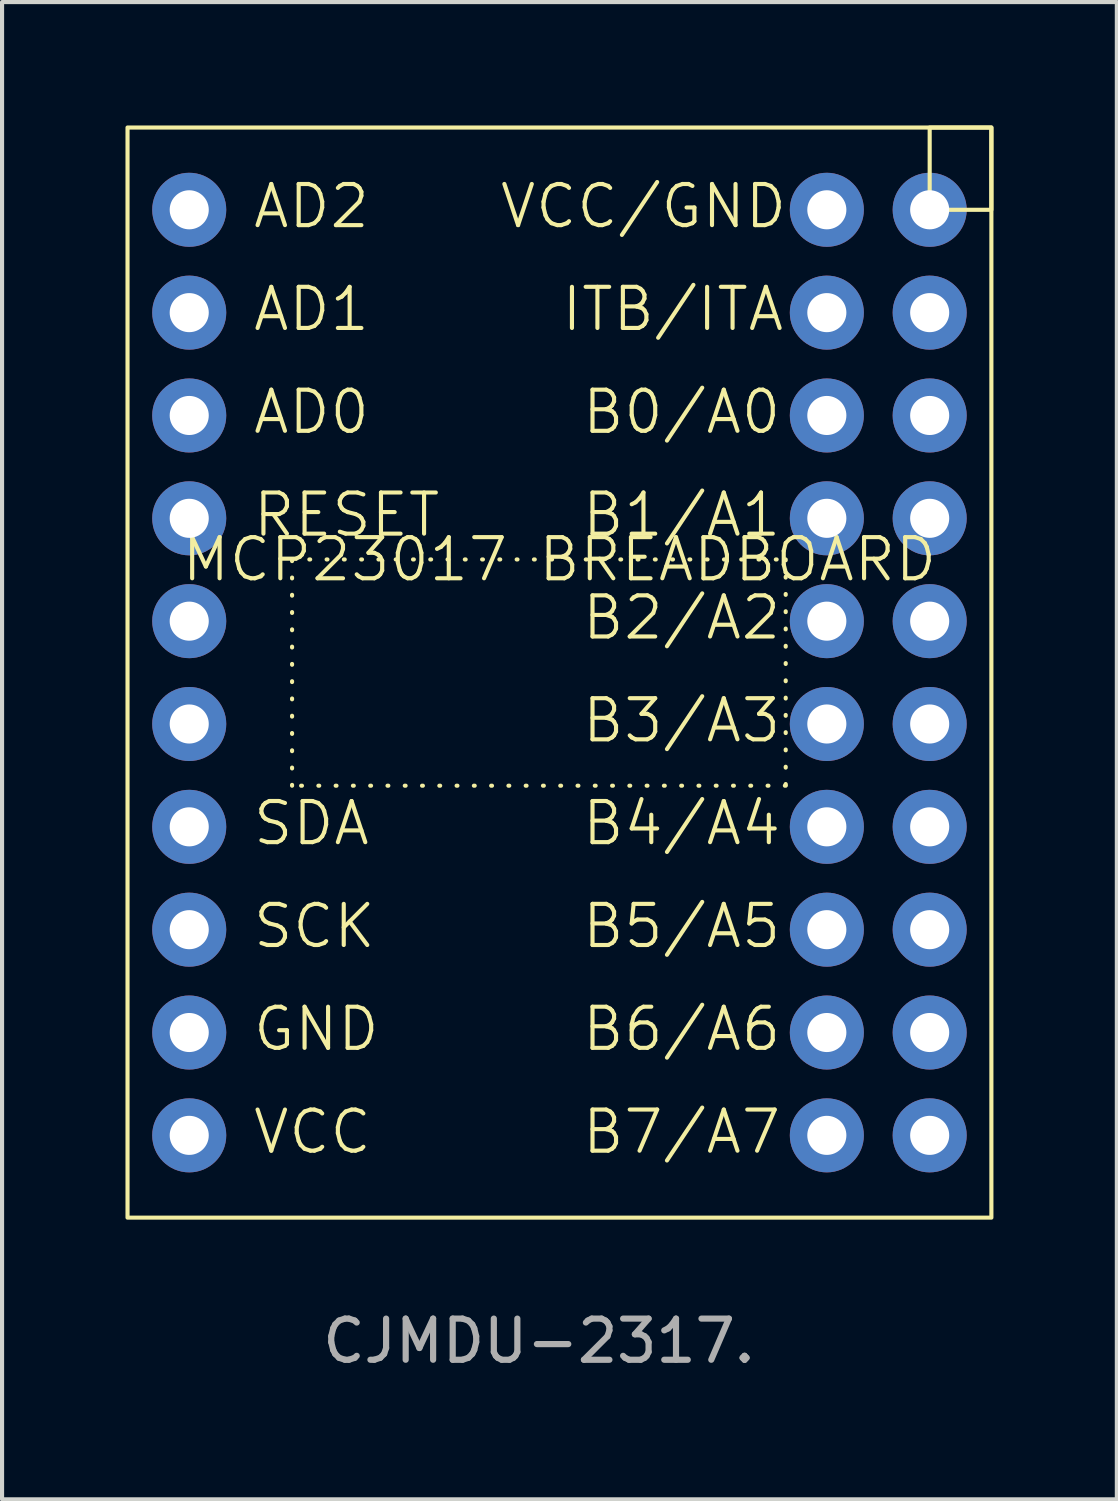
<source format=kicad_pcb>
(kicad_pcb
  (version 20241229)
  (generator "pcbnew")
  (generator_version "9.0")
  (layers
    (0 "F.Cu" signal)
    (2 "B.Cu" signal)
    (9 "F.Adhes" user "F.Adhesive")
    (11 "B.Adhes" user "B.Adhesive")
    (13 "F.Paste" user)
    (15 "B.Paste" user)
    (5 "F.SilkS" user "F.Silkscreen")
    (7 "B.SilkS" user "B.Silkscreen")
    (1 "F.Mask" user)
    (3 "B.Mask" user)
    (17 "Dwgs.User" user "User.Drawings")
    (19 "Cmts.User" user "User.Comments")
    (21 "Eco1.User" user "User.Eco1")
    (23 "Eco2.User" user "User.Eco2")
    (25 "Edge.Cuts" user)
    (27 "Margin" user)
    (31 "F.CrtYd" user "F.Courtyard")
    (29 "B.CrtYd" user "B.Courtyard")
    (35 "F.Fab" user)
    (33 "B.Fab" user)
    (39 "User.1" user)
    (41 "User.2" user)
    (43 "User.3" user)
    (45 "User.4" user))
  (footprint "MCP23017 BREADBOARD"
    (layer "F.Cu")
    (at 10.55 11.05)
    (property "Reference" "MCP23017 BREADBOARD" (at 0 -0.5 0) (unlocked yes) (layer "F.SilkS") (effects (font (size 1 1) (thickness 0.1))))
    (attr through_hole)
    (fp_rect (start -10.5 -11) (end 10.5 15.5) (stroke (width 0.1) (type solid)) (fill no) (layer "F.SilkS"))
    (fp_rect (start -6.5 -0.5) (end 5.5 5) (stroke (width 0.1) (type dot)) (fill no) (layer "F.SilkS"))
    (fp_rect (start 9 -11) (end 10.5 -9) (stroke (width 0.1) (type solid)) (fill no) (layer "F.SilkS"))
    (fp_text user "SCK" (at -7.5 9 0) (unlocked yes) (layer "F.SilkS") (effects (font (size 1 1) (thickness 0.1)) (justify left bottom)))
    (fp_text user "GND" (at -7.5 11.5 0) (unlocked yes) (layer "F.SilkS") (effects (font (size 1 1) (thickness 0.1)) (justify left bottom)))
    (fp_text user "AD2" (at -7.5 -8.5 0) (unlocked yes) (layer "F.SilkS") (effects (font (size 1 1) (thickness 0.1)) (justify left bottom)))
    (fp_text user "B7/A7" (at 0.5 14 0) (unlocked yes) (layer "F.SilkS") (effects (font (size 1 1) (thickness 0.1)) (justify left bottom)))
    (fp_text user "B2/A2" (at 0.5 1.5 0) (unlocked yes) (layer "F.SilkS") (effects (font (size 1 1) (thickness 0.1)) (justify left bottom)))
    (fp_text user "RESET" (at -7.5 -1 0) (unlocked yes) (layer "F.SilkS") (effects (font (size 1 1) (thickness 0.1)) (justify left bottom)))
    (fp_text user "AD1" (at -7.5 -6 0) (unlocked yes) (layer "F.SilkS") (effects (font (size 1 1) (thickness 0.1)) (justify left bottom)))
    (fp_text user "VCC/GND" (at -1.5 -8.5 0) (unlocked yes) (layer "F.SilkS") (effects (font (size 1 1) (thickness 0.1)) (justify left bottom)))
    (fp_text user "B1/A1" (at 0.5 -1 0) (unlocked yes) (layer "F.SilkS") (effects (font (size 1 1) (thickness 0.1)) (justify left bottom)))
    (fp_text user "SDA" (at -7.5 6.5 0) (unlocked yes) (layer "F.SilkS") (effects (font (size 1 1) (thickness 0.1)) (justify left bottom)))
    (fp_text user "B5/A5" (at 0.5 9 0) (unlocked yes) (layer "F.SilkS") (effects (font (size 1 1) (thickness 0.1)) (justify left bottom)))
    (fp_text user "B3/A3" (at 0.5 4 0) (unlocked yes) (layer "F.SilkS") (effects (font (size 1 1) (thickness 0.1)) (justify left bottom)))
    (fp_text user "B6/A6" (at 0.5 11.5 0) (unlocked yes) (layer "F.SilkS") (effects (font (size 1 1) (thickness 0.1)) (justify left bottom)))
    (fp_text user "B0/A0" (at 0.5 -3.5 0) (unlocked yes) (layer "F.SilkS") (effects (font (size 1 1) (thickness 0.1)) (justify left bottom)))
    (fp_text user "B4/A4" (at 0.5 6.5 0) (unlocked yes) (layer "F.SilkS") (effects (font (size 1 1) (thickness 0.1)) (justify left bottom)))
    (fp_text user "AD0" (at -7.5 -3.5 0) (unlocked yes) (layer "F.SilkS") (effects (font (size 1 1) (thickness 0.1)) (justify left bottom)))
    (fp_text user "VCC" (at -7.5 14 0) (unlocked yes) (layer "F.SilkS") (effects (font (size 1 1) (thickness 0.1)) (justify left bottom)))
    (fp_text user "ITB/ITA" (at 0 -6 0) (unlocked yes) (layer "F.SilkS") (effects (font (size 1 1) (thickness 0.1)) (justify left bottom)))
    (fp_text user "CJMDU-2317." (at -0.5 18.5 0) (unlocked yes) (layer "F.Fab") (effects (font (size 1 1) (thickness 0.15))))
    (pad "1" thru_hole circle (at 6.5 -4) (size 1.8 1.8) (drill 0.95) (property pad_prop_castellated) (layers "*.Cu" "*.Mask"))
    (pad "2" thru_hole circle (at 6.5 -1.5) (size 1.8 1.8) (drill 0.95) (property pad_prop_castellated) (layers "*.Cu" "*.Mask"))
    (pad "3" thru_hole circle (at 6.5 1) (size 1.8 1.8) (drill 0.95) (property pad_prop_castellated) (layers "*.Cu" "*.Mask"))
    (pad "4" thru_hole circle (at 6.5 3.5) (size 1.8 1.8) (drill 0.95) (property pad_prop_castellated) (layers "*.Cu" "*.Mask"))
    (pad "5" thru_hole circle (at 6.5 6) (size 1.8 1.8) (drill 0.95) (property pad_prop_castellated) (layers "*.Cu" "*.Mask"))
    (pad "6" thru_hole circle (at 6.5 8.5) (size 1.8 1.8) (drill 0.95) (property pad_prop_castellated) (layers "*.Cu" "*.Mask"))
    (pad "7" thru_hole circle (at 6.5 11) (size 1.8 1.8) (drill 0.95) (property pad_prop_castellated) (layers "*.Cu" "*.Mask"))
    (pad "8" thru_hole circle (at 6.5 13.5) (size 1.8 1.8) (drill 0.95) (property pad_prop_castellated) (layers "*.Cu" "*.Mask"))
    (pad "9" thru_hole circle (at -9 13.5) (size 1.8 1.8) (drill 0.95) (property pad_prop_castellated) (layers "*.Cu" "*.Mask"))
    (pad "9" thru_hole circle (at 6.5 -9) (size 1.8 1.8) (drill 0.95) (property pad_prop_castellated) (layers "*.Cu" "*.Mask"))
    (pad "10" thru_hole circle (at -9 11) (size 1.8 1.8) (drill 0.95) (property pad_prop_castellated) (layers "*.Cu" "*.Mask"))
    (pad "10" thru_hole circle (at 9 -9) (size 1.8 1.8) (drill 0.95) (property pad_prop_castellated) (layers "*.Cu" "*.Mask"))
    (pad "12" thru_hole circle (at -9 8.5) (size 1.8 1.8) (drill 0.95) (property pad_prop_castellated) (layers "*.Cu" "*.Mask"))
    (pad "13" thru_hole circle (at -9 6) (size 1.8 1.8) (drill 0.95) (property pad_prop_castellated) (layers "*.Cu" "*.Mask"))
    (pad "15" thru_hole circle (at -9 -4) (size 1.8 1.8) (drill 0.95) (property pad_prop_castellated) (layers "*.Cu" "*.Mask"))
    (pad "16" thru_hole circle (at -9 -6.5) (size 1.8 1.8) (drill 0.95) (property pad_prop_castellated) (layers "*.Cu" "*.Mask"))
    (pad "17" thru_hole circle (at -9 -9) (size 1.8 1.8) (drill 0.95) (property pad_prop_castellated) (layers "*.Cu" "*.Mask"))
    (pad "18" thru_hole circle (at -9 -1.5) (size 1.8 1.8) (drill 0.95) (property pad_prop_castellated) (layers "*.Cu" "*.Mask"))
    (pad "19" thru_hole circle (at 6.5 -6.5) (size 1.8 1.8) (drill 0.95) (property pad_prop_castellated) (layers "*.Cu" "*.Mask"))
    (pad "20" thru_hole circle (at 9 -6.5) (size 1.8 1.8) (drill 0.95) (property pad_prop_castellated) (layers "*.Cu" "*.Mask"))
    (pad "21" thru_hole circle (at 9 -4) (size 1.8 1.8) (drill 0.95) (property pad_prop_castellated) (layers "*.Cu" "*.Mask"))
    (pad "22" thru_hole circle (at 9 -1.5) (size 1.8 1.8) (drill 0.95) (property pad_prop_castellated) (layers "*.Cu" "*.Mask"))
    (pad "23" thru_hole circle (at 9 1) (size 1.8 1.8) (drill 0.95) (property pad_prop_castellated) (layers "*.Cu" "*.Mask"))
    (pad "24" thru_hole circle (at 9 3.5) (size 1.8 1.8) (drill 0.95) (property pad_prop_castellated) (layers "*.Cu" "*.Mask"))
    (pad "25" thru_hole circle (at 9 6) (size 1.8 1.8) (drill 0.95) (property pad_prop_castellated) (layers "*.Cu" "*.Mask"))
    (pad "26" thru_hole circle (at 9 8.5) (size 1.8 1.8) (drill 0.95) (property pad_prop_castellated) (layers "*.Cu" "*.Mask"))
    (pad "27" thru_hole circle (at 9 11) (size 1.8 1.8) (drill 0.95) (property pad_prop_castellated) (layers "*.Cu" "*.Mask"))
    (pad "28" thru_hole circle (at 9 13.5) (size 1.8 1.8) (drill 0.95) (property pad_prop_castellated) (layers "*.Cu" "*.Mask"))
    (pad "NC/CS" thru_hole circle (at -9 3.5) (size 1.8 1.8) (drill 0.95) (property pad_prop_castellated) (layers "*.Cu" "*.Mask"))
    (pad "NC/SO" thru_hole circle (at -9 1) (size 1.8 1.8) (drill 0.95) (property pad_prop_castellated) (layers "*.Cu" "*.Mask")))
  (gr_rect
    (start -3 -3)
    (end 24.1 33.398)
    (stroke (width 0.1) (type default))
    (fill no)
    (layer "Edge.Cuts")))
</source>
